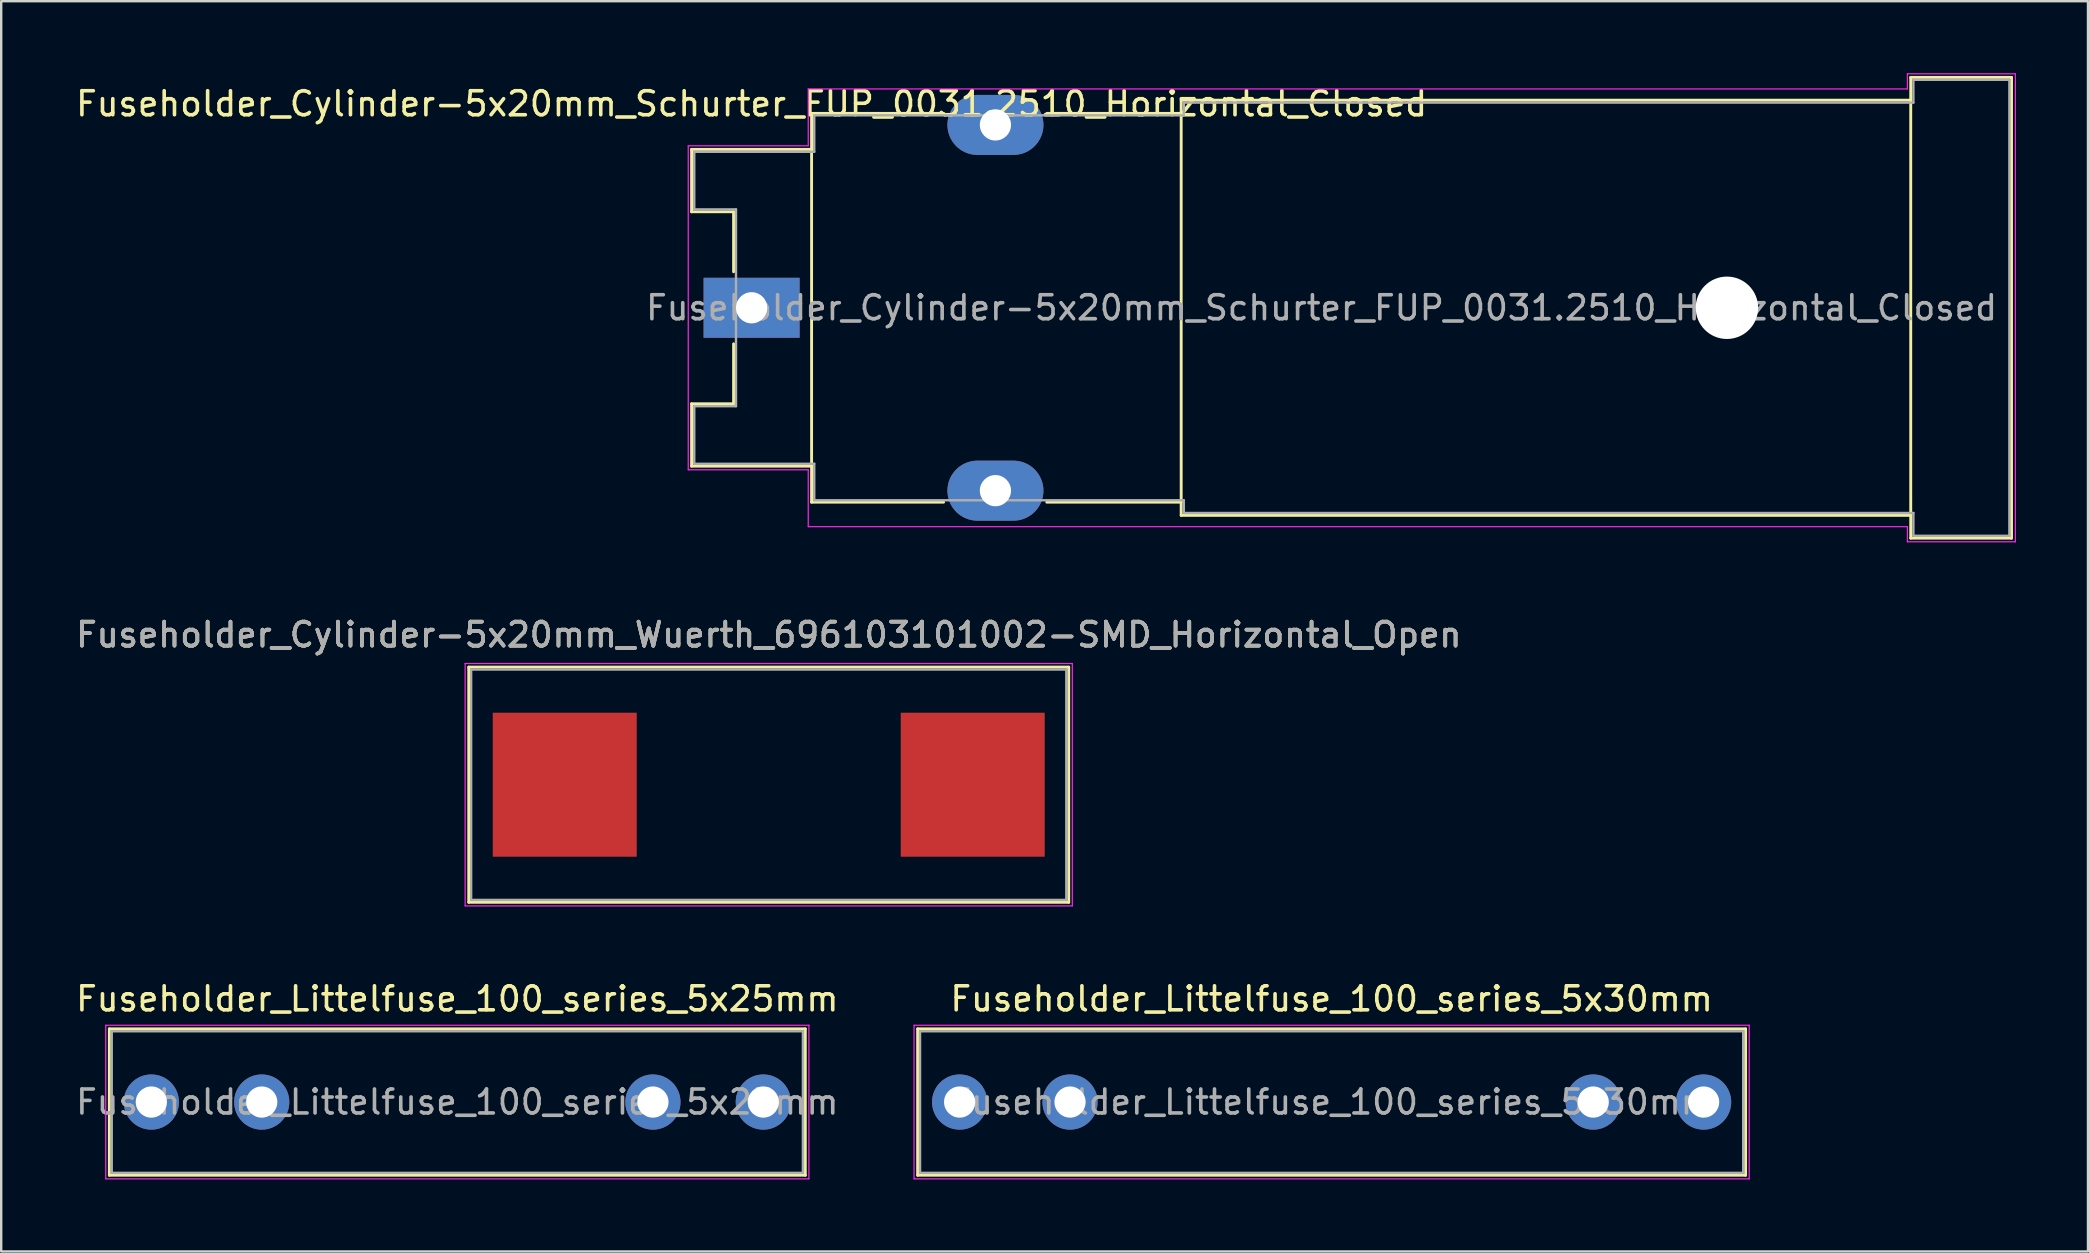
<source format=kicad_pcb>
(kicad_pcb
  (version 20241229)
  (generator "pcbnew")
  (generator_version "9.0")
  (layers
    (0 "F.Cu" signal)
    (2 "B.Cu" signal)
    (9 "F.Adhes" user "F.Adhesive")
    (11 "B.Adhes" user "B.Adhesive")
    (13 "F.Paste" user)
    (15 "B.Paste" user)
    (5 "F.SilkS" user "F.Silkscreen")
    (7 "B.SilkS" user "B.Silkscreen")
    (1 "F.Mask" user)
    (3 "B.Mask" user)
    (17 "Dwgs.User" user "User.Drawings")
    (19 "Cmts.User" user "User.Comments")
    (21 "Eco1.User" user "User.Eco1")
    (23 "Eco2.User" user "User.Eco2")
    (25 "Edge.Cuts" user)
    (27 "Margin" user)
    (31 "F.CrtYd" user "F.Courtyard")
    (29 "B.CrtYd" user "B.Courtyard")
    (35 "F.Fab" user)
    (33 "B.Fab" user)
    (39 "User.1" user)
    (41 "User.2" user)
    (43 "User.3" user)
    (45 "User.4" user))
  (footprint "Fuseholder_Cylinder-5x20mm_Schurter_FUP_0031.2510_Horizontal_Closed"
    (layer "F.Cu")
    (at 28.268 9.775)
    (property "Reference" "Fuseholder_Cylinder-5x20mm_Schurter_FUP_0031.2510_Horizontal_Closed" (at 0 -8.5 0) (layer "F.SilkS") (effects (font (size 1 1) (thickness 0.15))))
    (attr through_hole)
    (fp_line (start -2.5 -6.6) (end 2.5 -6.6) (stroke (width 0.12) (type solid)) (layer "F.SilkS"))
    (fp_line (start -2.5 -4) (end -2.5 -6.6) (stroke (width 0.12) (type solid)) (layer "F.SilkS"))
    (fp_line (start -2.5 4) (end -0.75 4) (stroke (width 0.12) (type solid)) (layer "F.SilkS"))
    (fp_line (start -2.5 6.6) (end -2.5 4) (stroke (width 0.12) (type solid)) (layer "F.SilkS"))
    (fp_line (start -2.5 6.6) (end 2.5 6.6) (stroke (width 0.12) (type solid)) (layer "F.SilkS"))
    (fp_line (start -0.75 -4) (end -2.5 -4) (stroke (width 0.12) (type solid)) (layer "F.SilkS"))
    (fp_line (start -0.75 -1.5) (end -0.75 -4) (stroke (width 0.12) (type solid)) (layer "F.SilkS"))
    (fp_line (start -0.75 4) (end -0.75 1.5) (stroke (width 0.12) (type solid)) (layer "F.SilkS"))
    (fp_line (start 2.5 -8.1) (end 8 -8.1) (stroke (width 0.12) (type solid)) (layer "F.SilkS"))
    (fp_line (start 2.5 8.1) (end 2.5 -8.1) (stroke (width 0.12) (type solid)) (layer "F.SilkS"))
    (fp_line (start 2.5 8.1) (end 8 8.1) (stroke (width 0.12) (type solid)) (layer "F.SilkS"))
    (fp_line (start 12.3 -8.1) (end 17.9 -8.1) (stroke (width 0.12) (type solid)) (layer "F.SilkS"))
    (fp_line (start 12.3 8.1) (end 17.9 8.1) (stroke (width 0.12) (type solid)) (layer "F.SilkS"))
    (fp_line (start 17.9 -8.65) (end 48.3 -8.65) (stroke (width 0.12) (type solid)) (layer "F.SilkS"))
    (fp_line (start 17.9 8.65) (end 17.9 -8.65) (stroke (width 0.12) (type solid)) (layer "F.SilkS"))
    (fp_line (start 17.9 8.65) (end 48.3 8.65) (stroke (width 0.12) (type solid)) (layer "F.SilkS"))
    (fp_line (start 48.3 -9.6) (end 52.5 -9.6) (stroke (width 0.12) (type solid)) (layer "F.SilkS"))
    (fp_line (start 48.3 9.6) (end 48.3 -9.6) (stroke (width 0.12) (type solid)) (layer "F.SilkS"))
    (fp_line (start 48.3 9.6) (end 52.5 9.6) (stroke (width 0.12) (type solid)) (layer "F.SilkS"))
    (fp_line (start 52.5 -9.6) (end 52.5 9.6) (stroke (width 0.12) (type solid)) (layer "F.SilkS"))
    (fp_line (start -2.64 -6.75) (end 2.36 -6.75) (stroke (width 0.05) (type solid)) (layer "F.CrtYd"))
    (fp_line (start -2.64 6.75) (end -2.64 -6.75) (stroke (width 0.05) (type solid)) (layer "F.CrtYd"))
    (fp_line (start -2.64 6.75) (end 2.36 6.75) (stroke (width 0.05) (type solid)) (layer "F.CrtYd"))
    (fp_line (start 2.36 -9.12) (end 2.36 -6.75) (stroke (width 0.05) (type solid)) (layer "F.CrtYd"))
    (fp_line (start 2.36 -9.12) (end 48.16 -9.12) (stroke (width 0.05) (type solid)) (layer "F.CrtYd"))
    (fp_line (start 2.36 6.75) (end 2.36 9.12) (stroke (width 0.05) (type solid)) (layer "F.CrtYd"))
    (fp_line (start 48.16 -9.75) (end 48.16 -9.12) (stroke (width 0.05) (type solid)) (layer "F.CrtYd"))
    (fp_line (start 48.16 -9.75) (end 52.66 -9.75) (stroke (width 0.05) (type solid)) (layer "F.CrtYd"))
    (fp_line (start 48.16 9.12) (end 2.36 9.12) (stroke (width 0.05) (type solid)) (layer "F.CrtYd"))
    (fp_line (start 48.16 9.12) (end 48.16 9.75) (stroke (width 0.05) (type solid)) (layer "F.CrtYd"))
    (fp_line (start 48.16 9.75) (end 52.66 9.75) (stroke (width 0.05) (type solid)) (layer "F.CrtYd"))
    (fp_line (start 52.66 -9.75) (end 52.66 9.75) (stroke (width 0.05) (type solid)) (layer "F.CrtYd"))
    (fp_line (start -2.39 -4.1) (end -2.39 -6.5) (stroke (width 0.1) (type solid)) (layer "F.Fab"))
    (fp_line (start -2.39 -4.1) (end -0.65 -4.1) (stroke (width 0.1) (type solid)) (layer "F.Fab"))
    (fp_line (start -2.39 4.1) (end -2.39 6.5) (stroke (width 0.1) (type solid)) (layer "F.Fab"))
    (fp_line (start -2.39 6.5) (end 2.61 6.5) (stroke (width 0.1) (type solid)) (layer "F.Fab"))
    (fp_line (start -0.65 -4.1) (end -0.65 4.1) (stroke (width 0.1) (type solid)) (layer "F.Fab"))
    (fp_line (start -0.65 4.1) (end -2.39 4.1) (stroke (width 0.1) (type solid)) (layer "F.Fab"))
    (fp_line (start 2.61 -8.02) (end 2.61 -6.5) (stroke (width 0.1) (type solid)) (layer "F.Fab"))
    (fp_line (start 2.61 -6.5) (end -2.39 -6.5) (stroke (width 0.1) (type solid)) (layer "F.Fab"))
    (fp_line (start 2.61 6.5) (end 2.61 8.02) (stroke (width 0.1) (type solid)) (layer "F.Fab"))
    (fp_line (start 2.61 8.02) (end 18.01 8.02) (stroke (width 0.1) (type solid)) (layer "F.Fab"))
    (fp_line (start 18.01 -8.55) (end 18.01 -8.02) (stroke (width 0.1) (type solid)) (layer "F.Fab"))
    (fp_line (start 18.01 -8.02) (end 2.61 -8.02) (stroke (width 0.1) (type solid)) (layer "F.Fab"))
    (fp_line (start 18.01 8.02) (end 18.01 8.55) (stroke (width 0.1) (type solid)) (layer "F.Fab"))
    (fp_line (start 18.01 8.55) (end 48.41 8.55) (stroke (width 0.1) (type solid)) (layer "F.Fab"))
    (fp_line (start 48.41 -9.5) (end 48.41 -8.55) (stroke (width 0.1) (type solid)) (layer "F.Fab"))
    (fp_line (start 48.41 -8.55) (end 18.01 -8.55) (stroke (width 0.1) (type solid)) (layer "F.Fab"))
    (fp_line (start 48.41 8.55) (end 48.41 9.5) (stroke (width 0.1) (type solid)) (layer "F.Fab"))
    (fp_line (start 48.41 9.5) (end 52.41 9.5) (stroke (width 0.1) (type solid)) (layer "F.Fab"))
    (fp_line (start 52.41 -9.5) (end 48.41 -9.5) (stroke (width 0.1) (type solid)) (layer "F.Fab"))
    (fp_line (start 52.41 -9.5) (end 52.41 9.5) (stroke (width 0.1) (type solid)) (layer "F.Fab"))
    (fp_text user "${REFERENCE}" (at 23.75 0 0) (layer "F.Fab") (effects (font (size 1 1) (thickness 0.15))))
    (pad "" np_thru_hole circle (at 40.64 0) (size 2.6 2.6) (drill 2.6) (layers "*.Cu" "*.Mask"))
    (pad "1" thru_hole rect (at 0 0) (size 4 2.5) (drill 1.3) (layers "*.Cu" "*.Mask"))
    (pad "2" thru_hole oval (at 10.16 -7.62) (size 4 2.5) (drill 1.3) (layers "*.Cu" "*.Mask"))
    (pad "2" thru_hole oval (at 10.16 7.62) (size 4 2.5) (drill 1.3) (layers "*.Cu" "*.Mask")))
  (footprint "Fuseholder_Littelfuse_100_series_5x25mm"
    (layer "F.Cu")
    (at 3.256 42.871)
    (property "Reference" "Fuseholder_Littelfuse_100_series_5x25mm" (at 12.75 -4.3 0) (unlocked yes) (layer "F.SilkS") (effects (font (size 1 1) (thickness 0.15))))
    (attr through_hole)
    (fp_line (start -1.75 -3.05) (end 27.25 -3.05) (stroke (width 0.12) (type solid)) (layer "F.SilkS"))
    (fp_line (start -1.75 3.05) (end -1.75 -3.05) (stroke (width 0.12) (type solid)) (layer "F.SilkS"))
    (fp_line (start 27.25 -3.05) (end 27.25 3.05) (stroke (width 0.12) (type solid)) (layer "F.SilkS"))
    (fp_line (start 27.25 3.05) (end -1.75 3.05) (stroke (width 0.12) (type solid)) (layer "F.SilkS"))
    (fp_line (start -1.9 -3.2) (end 27.4 -3.2) (stroke (width 0.05) (type solid)) (layer "F.CrtYd"))
    (fp_line (start -1.9 3.2) (end -1.9 -3.2) (stroke (width 0.05) (type solid)) (layer "F.CrtYd"))
    (fp_line (start 27.4 -3.2) (end 27.4 3.2) (stroke (width 0.05) (type solid)) (layer "F.CrtYd"))
    (fp_line (start 27.4 3.2) (end -1.9 3.2) (stroke (width 0.05) (type solid)) (layer "F.CrtYd"))
    (fp_line (start -1.65 -2.95) (end 27.15 -2.95) (stroke (width 0.1) (type solid)) (layer "F.Fab"))
    (fp_line (start -1.65 2.95) (end -1.65 -2.95) (stroke (width 0.1) (type solid)) (layer "F.Fab"))
    (fp_line (start 27.15 -2.95) (end 27.15 2.95) (stroke (width 0.1) (type solid)) (layer "F.Fab"))
    (fp_line (start 27.15 2.95) (end -1.65 2.95) (stroke (width 0.1) (type solid)) (layer "F.Fab"))
    (fp_text user "${REFERENCE}" (at 12.75 0 0) (unlocked yes) (layer "F.Fab") (effects (font (size 1 1) (thickness 0.15))))
    (pad "1" thru_hole circle (at 0 0) (size 2.3 2.3) (drill 1.3) (layers "*.Cu" "*.Mask"))
    (pad "1" thru_hole circle (at 4.6 0) (size 2.3 2.3) (drill 1.3) (layers "*.Cu" "*.Mask"))
    (pad "2" thru_hole circle (at 20.9 0) (size 2.3 2.3) (drill 1.3) (layers "*.Cu" "*.Mask"))
    (pad "2" thru_hole circle (at 25.5 0) (size 2.3 2.3) (drill 1.3) (layers "*.Cu" "*.Mask")))
  (footprint "Fuseholder_Littelfuse_100_series_5x30mm"
    (layer "F.Cu")
    (at 36.937 42.871)
    (property "Reference" "Fuseholder_Littelfuse_100_series_5x30mm" (at 15.5 -4.3 0) (unlocked yes) (layer "F.SilkS") (effects (font (size 1 1) (thickness 0.15))))
    (attr through_hole)
    (fp_line (start -1.75 -3.05) (end 32.75 -3.05) (stroke (width 0.12) (type solid)) (layer "F.SilkS"))
    (fp_line (start -1.75 3.05) (end -1.75 -3.05) (stroke (width 0.12) (type solid)) (layer "F.SilkS"))
    (fp_line (start 32.75 -3.05) (end 32.75 3.05) (stroke (width 0.12) (type solid)) (layer "F.SilkS"))
    (fp_line (start 32.75 3.05) (end -1.75 3.05) (stroke (width 0.12) (type solid)) (layer "F.SilkS"))
    (fp_line (start -1.9 -3.2) (end 32.9 -3.2) (stroke (width 0.05) (type solid)) (layer "F.CrtYd"))
    (fp_line (start -1.9 3.2) (end -1.9 -3.2) (stroke (width 0.05) (type solid)) (layer "F.CrtYd"))
    (fp_line (start 32.9 -3.2) (end 32.9 3.2) (stroke (width 0.05) (type solid)) (layer "F.CrtYd"))
    (fp_line (start 32.9 3.2) (end -1.9 3.2) (stroke (width 0.05) (type solid)) (layer "F.CrtYd"))
    (fp_line (start -1.65 -2.95) (end 32.65 -2.95) (stroke (width 0.1) (type solid)) (layer "F.Fab"))
    (fp_line (start -1.65 2.95) (end -1.65 -2.95) (stroke (width 0.1) (type solid)) (layer "F.Fab"))
    (fp_line (start 32.65 -2.95) (end 32.65 2.95) (stroke (width 0.1) (type solid)) (layer "F.Fab"))
    (fp_line (start 32.65 2.95) (end -1.65 2.95) (stroke (width 0.1) (type solid)) (layer "F.Fab"))
    (fp_text user "${REFERENCE}" (at 15.5 0 0) (unlocked yes) (layer "F.Fab") (effects (font (size 1 1) (thickness 0.15))))
    (pad "1" thru_hole circle (at 0 0) (size 2.3 2.3) (drill 1.3) (layers "*.Cu" "*.Mask"))
    (pad "1" thru_hole circle (at 4.6 0) (size 2.3 2.3) (drill 1.3) (layers "*.Cu" "*.Mask"))
    (pad "2" thru_hole circle (at 26.4 0) (size 2.3 2.3) (drill 1.3) (layers "*.Cu" "*.Mask"))
    (pad "2" thru_hole circle (at 31 0) (size 2.3 2.3) (drill 1.3) (layers "*.Cu" "*.Mask")))
  (footprint "Fuseholder_Cylinder-5x20mm_Wuerth_696103101002-SMD_Horizontal_Open"
    (layer "F.Cu")
    (at 28.982 29.648)
    (property "Reference" "Fuseholder_Cylinder-5x20mm_Wuerth_696103101002-SMD_Horizontal_Open" (at 0 -6.25 0) (layer "F.SilkS") (effects (font (size 1 1) (thickness 0.15))))
    (attr smd)
    (fp_line (start -12.5 -4.9) (end 12.5 -4.9) (stroke (width 0.12) (type solid)) (layer "F.SilkS"))
    (fp_line (start -12.5 4.9) (end -12.5 -4.9) (stroke (width 0.12) (type solid)) (layer "F.SilkS"))
    (fp_line (start 12.5 -4.9) (end 12.5 4.9) (stroke (width 0.12) (type solid)) (layer "F.SilkS"))
    (fp_line (start 12.5 4.9) (end -12.5 4.9) (stroke (width 0.12) (type solid)) (layer "F.SilkS"))
    (fp_line (start -12.65 -5.05) (end 12.65 -5.05) (stroke (width 0.05) (type solid)) (layer "F.CrtYd"))
    (fp_line (start -12.65 5.05) (end -12.65 -5.05) (stroke (width 0.05) (type solid)) (layer "F.CrtYd"))
    (fp_line (start 12.65 -5.05) (end 12.65 5.05) (stroke (width 0.05) (type solid)) (layer "F.CrtYd"))
    (fp_line (start 12.65 5.05) (end -12.65 5.05) (stroke (width 0.05) (type solid)) (layer "F.CrtYd"))
    (fp_line (start -12.4 -4.8) (end -12.4 4.8) (stroke (width 0.1) (type solid)) (layer "F.Fab"))
    (fp_line (start -12.4 -4.8) (end 12.4 -4.8) (stroke (width 0.1) (type solid)) (layer "F.Fab"))
    (fp_line (start 12.4 -4.8) (end 12.4 4.8) (stroke (width 0.1) (type solid)) (layer "F.Fab"))
    (fp_line (start 12.4 4.8) (end -12.4 4.8) (stroke (width 0.1) (type solid)) (layer "F.Fab"))
    (fp_text user "${REFERENCE}" (at 0 -6.25 0) (layer "F.Fab") (effects (font (size 1 1) (thickness 0.15))))
    (fp_text user "${REFERENCE}" (at 0 -6.25 0) (layer "F.Fab") (effects (font (size 1 1) (thickness 0.15))))
    (pad "1" smd rect (at -8.5 0) (size 6 6) (layers "F.Cu" "F.Mask" "F.Paste"))
    (pad "2" smd rect (at 8.5 0) (size 6 6) (layers "F.Cu" "F.Mask" "F.Paste")))
  (gr_rect
    (start -3 -3)
    (end 83.953 49.096)
    (stroke (width 0.1) (type default))
    (fill no)
    (layer "Edge.Cuts")))
</source>
